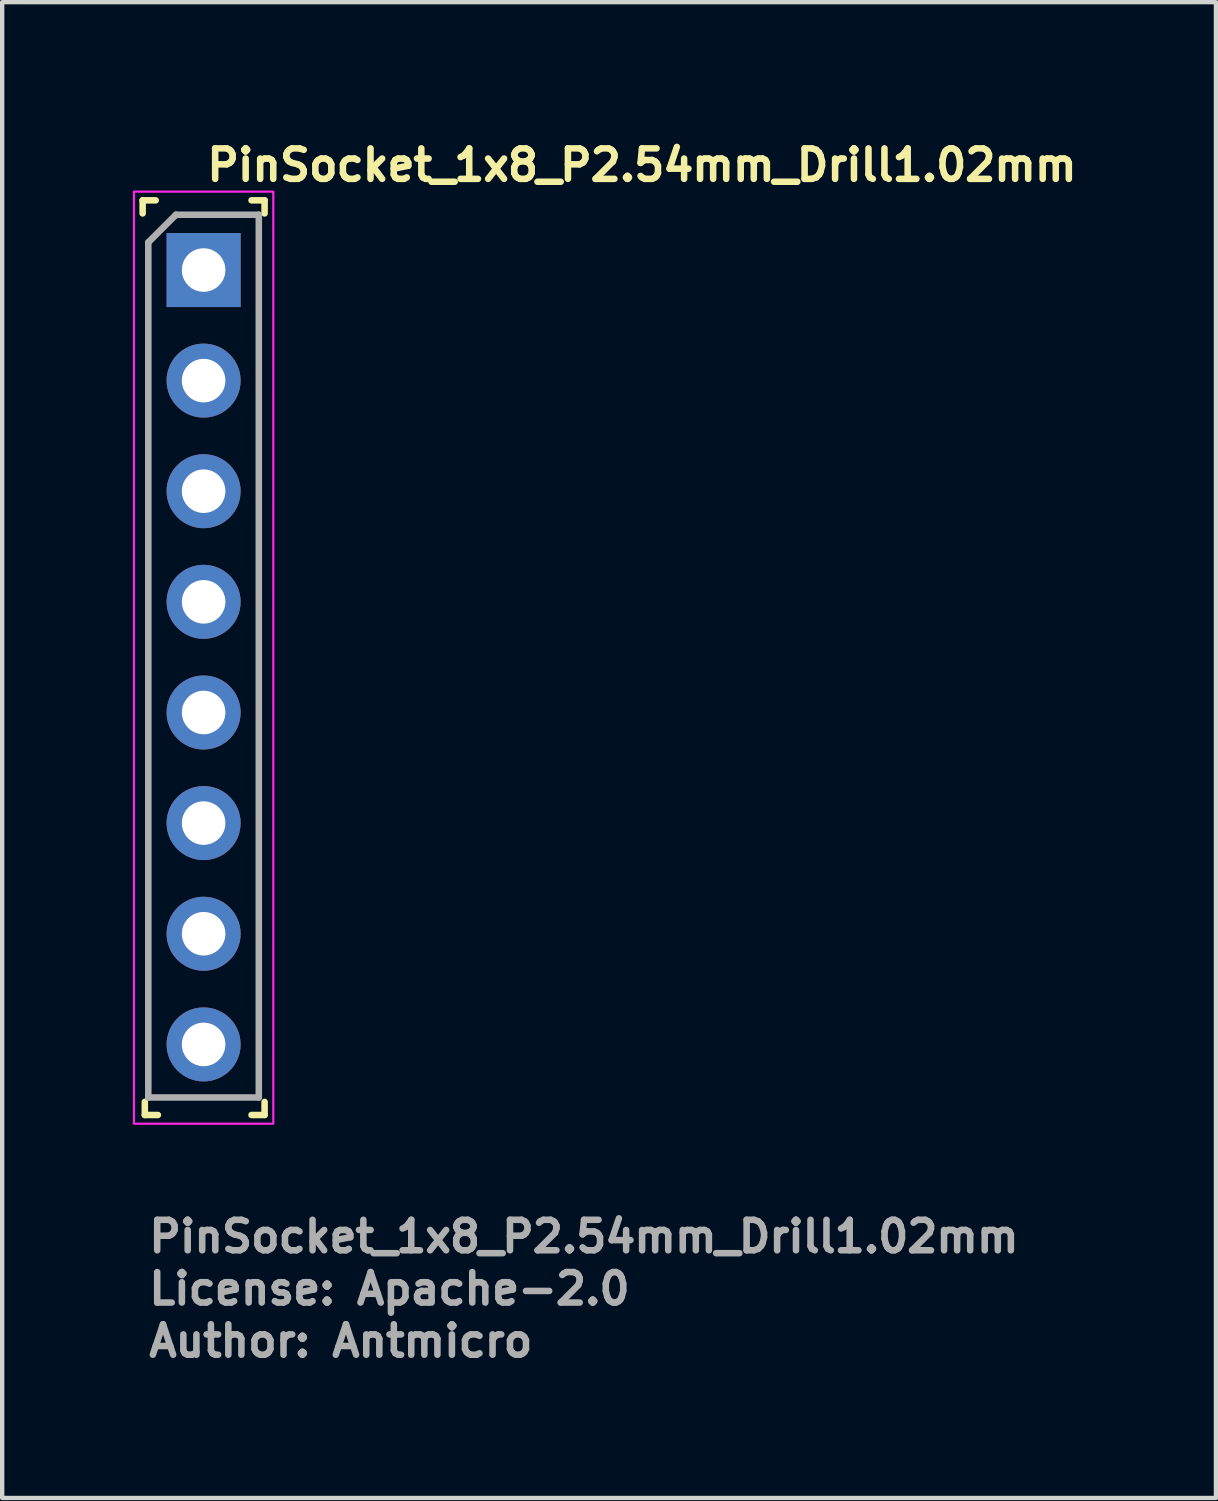
<source format=kicad_pcb>
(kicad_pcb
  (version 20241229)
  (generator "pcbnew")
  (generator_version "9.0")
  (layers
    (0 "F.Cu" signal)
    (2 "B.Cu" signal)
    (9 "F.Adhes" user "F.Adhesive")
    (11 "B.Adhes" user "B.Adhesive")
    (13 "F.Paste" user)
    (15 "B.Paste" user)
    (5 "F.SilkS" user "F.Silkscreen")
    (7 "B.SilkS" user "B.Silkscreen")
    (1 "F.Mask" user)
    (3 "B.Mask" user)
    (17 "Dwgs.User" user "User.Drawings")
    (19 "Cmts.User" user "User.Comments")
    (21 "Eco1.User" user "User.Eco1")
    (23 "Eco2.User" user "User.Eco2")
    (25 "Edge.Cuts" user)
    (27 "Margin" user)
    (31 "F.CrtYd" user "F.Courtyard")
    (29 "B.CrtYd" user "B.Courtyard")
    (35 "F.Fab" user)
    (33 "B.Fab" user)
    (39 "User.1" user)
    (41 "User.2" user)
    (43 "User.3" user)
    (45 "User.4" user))
  (footprint "PinSocket_1x8_P2.54mm_Drill1.02mm"
    (layer "F.Cu")
    (at 1.625 3.15)
    (property "Reference" "PinSocket_1x8_P2.54mm_Drill1.02mm" (at 0 -2 0) (layer "F.SilkS") (effects (font (size 0.7 0.7) (thickness 0.15)) (justify left bottom)))
    (attr through_hole)
    (fp_line (start -1.4 -1.6) (end -1.4 -1.3) (stroke (width 0.15) (type solid)) (layer "F.SilkS"))
    (fp_line (start -1.4 -1.6) (end -1.1 -1.6) (stroke (width 0.15) (type solid)) (layer "F.SilkS"))
    (fp_line (start -1.35 19.4) (end -1.35 19.1) (stroke (width 0.15) (type solid)) (layer "F.SilkS"))
    (fp_line (start -1.35 19.4) (end -1.05 19.4) (stroke (width 0.15) (type solid)) (layer "F.SilkS"))
    (fp_line (start 1.4 -1.6) (end 1.1 -1.6) (stroke (width 0.15) (type solid)) (layer "F.SilkS"))
    (fp_line (start 1.4 -1.6) (end 1.4 -1.3) (stroke (width 0.15) (type solid)) (layer "F.SilkS"))
    (fp_line (start 1.4 19.4) (end 1.1 19.4) (stroke (width 0.15) (type solid)) (layer "F.SilkS"))
    (fp_line (start 1.4 19.4) (end 1.4 19.1) (stroke (width 0.15) (type solid)) (layer "F.SilkS"))
    (fp_rect (start -1.6 -1.8) (end 1.6 19.6) (stroke (width 0.05) (type solid)) (fill no) (layer "F.CrtYd"))
    (fp_line (start -1.27 -0.635) (end -0.635 -1.27) (stroke (width 0.15) (type solid)) (layer "F.Fab"))
    (fp_line (start -1.27 18.998) (end -1.27 -0.635) (stroke (width 0.15) (type solid)) (layer "F.Fab"))
    (fp_line (start -0.635 -1.27) (end 1.267 -1.27) (stroke (width 0.15) (type solid)) (layer "F.Fab"))
    (fp_line (start 1.267 -1.27) (end 1.267 18.998) (stroke (width 0.15) (type solid)) (layer "F.Fab"))
    (fp_line (start 1.267 18.998) (end -1.27 18.998) (stroke (width 0.15) (type solid)) (layer "F.Fab"))
    (fp_rect (start -1.27 -1.524) (end 1.269 19.304) (stroke (width 0.1) (type solid)) (fill no) (layer "User.5"))
    (fp_line (start -1.27 -1.524) (end -1.27 19.304) (stroke (width 0.02) (type solid)) (layer "User.9"))
    (fp_line (start -1.27 19.304) (end 1.269 19.304) (stroke (width 0.02) (type solid)) (layer "User.9"))
    (fp_line (start -0.762 -0.762) (end 0.76 -0.762) (stroke (width 0.02) (type solid)) (layer "User.9"))
    (fp_line (start -0.762 0.76) (end -0.762 -0.762) (stroke (width 0.02) (type solid)) (layer "User.9"))
    (fp_line (start -0.762 0.76) (end -0.381 0.379) (stroke (width 0.02) (type solid)) (layer "User.9"))
    (fp_line (start -0.762 1.777) (end 0.76 1.777) (stroke (width 0.02) (type solid)) (layer "User.9"))
    (fp_line (start -0.762 3.301) (end -0.762 1.777) (stroke (width 0.02) (type solid)) (layer "User.9"))
    (fp_line (start -0.762 3.301) (end -0.381 2.919) (stroke (width 0.02) (type solid)) (layer "User.9"))
    (fp_line (start -0.762 4.317) (end 0.76 4.317) (stroke (width 0.02) (type solid)) (layer "User.9"))
    (fp_line (start -0.762 5.841) (end -0.762 4.317) (stroke (width 0.02) (type solid)) (layer "User.9"))
    (fp_line (start -0.762 5.841) (end -0.381 5.461) (stroke (width 0.02) (type solid)) (layer "User.9"))
    (fp_line (start -0.762 6.857) (end 0.76 6.857) (stroke (width 0.02) (type solid)) (layer "User.9"))
    (fp_line (start -0.762 8.381) (end -0.762 6.857) (stroke (width 0.02) (type solid)) (layer "User.9"))
    (fp_line (start -0.762 8.381) (end -0.381 7.999) (stroke (width 0.02) (type solid)) (layer "User.9"))
    (fp_line (start -0.762 9.397) (end 0.76 9.397) (stroke (width 0.02) (type solid)) (layer "User.9"))
    (fp_line (start -0.762 10.922) (end -0.762 9.397) (stroke (width 0.02) (type solid)) (layer "User.9"))
    (fp_line (start -0.762 10.922) (end -0.381 10.541) (stroke (width 0.02) (type solid)) (layer "User.9"))
    (fp_line (start -0.762 11.938) (end 0.76 11.938) (stroke (width 0.02) (type solid)) (layer "User.9"))
    (fp_line (start -0.762 13.461) (end -0.762 11.938) (stroke (width 0.02) (type solid)) (layer "User.9"))
    (fp_line (start -0.762 13.461) (end -0.381 13.079) (stroke (width 0.02) (type solid)) (layer "User.9"))
    (fp_line (start -0.762 14.477) (end 0.76 14.477) (stroke (width 0.02) (type solid)) (layer "User.9"))
    (fp_line (start -0.762 16.001) (end -0.762 14.477) (stroke (width 0.02) (type solid)) (layer "User.9"))
    (fp_line (start -0.762 16.001) (end -0.381 15.621) (stroke (width 0.02) (type solid)) (layer "User.9"))
    (fp_line (start -0.762 17.018) (end -0.381 17.399) (stroke (width 0.02) (type solid)) (layer "User.9"))
    (fp_line (start -0.762 17.018) (end 0.76 17.018) (stroke (width 0.02) (type solid)) (layer "User.9"))
    (fp_line (start -0.762 18.542) (end -0.762 17.018) (stroke (width 0.02) (type solid)) (layer "User.9"))
    (fp_line (start -0.762 18.542) (end -0.381 18.159) (stroke (width 0.02) (type solid)) (layer "User.9"))
    (fp_line (start -0.381 -0.381) (end -0.762 -0.762) (stroke (width 0.02) (type solid)) (layer "User.9"))
    (fp_line (start -0.381 -0.381) (end -0.381 0.379) (stroke (width 0.02) (type solid)) (layer "User.9"))
    (fp_line (start -0.381 0.379) (end 0.379 0.379) (stroke (width 0.02) (type solid)) (layer "User.9"))
    (fp_line (start -0.381 2.157) (end -0.762 1.777) (stroke (width 0.02) (type solid)) (layer "User.9"))
    (fp_line (start -0.381 2.157) (end -0.381 2.919) (stroke (width 0.02) (type solid)) (layer "User.9"))
    (fp_line (start -0.381 2.919) (end 0.379 2.919) (stroke (width 0.02) (type solid)) (layer "User.9"))
    (fp_line (start -0.381 4.698) (end -0.762 4.317) (stroke (width 0.02) (type solid)) (layer "User.9"))
    (fp_line (start -0.381 4.698) (end -0.381 5.461) (stroke (width 0.02) (type solid)) (layer "User.9"))
    (fp_line (start -0.381 5.461) (end 0.379 5.461) (stroke (width 0.02) (type solid)) (layer "User.9"))
    (fp_line (start -0.381 7.238) (end -0.762 6.857) (stroke (width 0.02) (type solid)) (layer "User.9"))
    (fp_line (start -0.381 7.238) (end -0.381 7.999) (stroke (width 0.02) (type solid)) (layer "User.9"))
    (fp_line (start -0.381 7.999) (end 0.379 7.999) (stroke (width 0.02) (type solid)) (layer "User.9"))
    (fp_line (start -0.381 9.778) (end -0.762 9.397) (stroke (width 0.02) (type solid)) (layer "User.9"))
    (fp_line (start -0.381 9.778) (end -0.381 10.541) (stroke (width 0.02) (type solid)) (layer "User.9"))
    (fp_line (start -0.381 10.541) (end 0.379 10.541) (stroke (width 0.02) (type solid)) (layer "User.9"))
    (fp_line (start -0.381 12.319) (end -0.762 11.938) (stroke (width 0.02) (type solid)) (layer "User.9"))
    (fp_line (start -0.381 12.319) (end -0.381 13.079) (stroke (width 0.02) (type solid)) (layer "User.9"))
    (fp_line (start -0.381 13.079) (end 0.379 13.079) (stroke (width 0.02) (type solid)) (layer "User.9"))
    (fp_line (start -0.381 14.858) (end -0.762 14.477) (stroke (width 0.02) (type solid)) (layer "User.9"))
    (fp_line (start -0.381 14.858) (end -0.381 15.621) (stroke (width 0.02) (type solid)) (layer "User.9"))
    (fp_line (start -0.381 15.621) (end 0.379 15.621) (stroke (width 0.02) (type solid)) (layer "User.9"))
    (fp_line (start -0.381 17.399) (end -0.381 18.159) (stroke (width 0.02) (type solid)) (layer "User.9"))
    (fp_line (start -0.381 18.159) (end 0.379 18.159) (stroke (width 0.02) (type solid)) (layer "User.9"))
    (fp_line (start -0.205 -0.381) (end -0.205 -0.103) (stroke (width 0.02) (type solid)) (layer "User.9"))
    (fp_line (start -0.205 -0.103) (end -0.205 0.101) (stroke (width 0.02) (type solid)) (layer "User.9"))
    (fp_line (start -0.205 0.101) (end -0.205 0.379) (stroke (width 0.02) (type solid)) (layer "User.9"))
    (fp_line (start -0.205 2.157) (end -0.205 2.438) (stroke (width 0.02) (type solid)) (layer "User.9"))
    (fp_line (start -0.205 2.438) (end -0.205 2.64) (stroke (width 0.02) (type solid)) (layer "User.9"))
    (fp_line (start -0.205 2.64) (end -0.205 2.919) (stroke (width 0.02) (type solid)) (layer "User.9"))
    (fp_line (start -0.205 4.698) (end -0.205 4.977) (stroke (width 0.02) (type solid)) (layer "User.9"))
    (fp_line (start -0.205 4.977) (end -0.205 5.18) (stroke (width 0.02) (type solid)) (layer "User.9"))
    (fp_line (start -0.205 5.18) (end -0.205 5.461) (stroke (width 0.02) (type solid)) (layer "User.9"))
    (fp_line (start -0.205 7.238) (end -0.205 7.517) (stroke (width 0.02) (type solid)) (layer "User.9"))
    (fp_line (start -0.205 7.517) (end -0.205 7.72) (stroke (width 0.02) (type solid)) (layer "User.9"))
    (fp_line (start -0.205 7.72) (end -0.205 7.999) (stroke (width 0.02) (type solid)) (layer "User.9"))
    (fp_line (start -0.205 9.778) (end -0.205 10.057) (stroke (width 0.02) (type solid)) (layer "User.9"))
    (fp_line (start -0.205 10.057) (end -0.205 10.261) (stroke (width 0.02) (type solid)) (layer "User.9"))
    (fp_line (start -0.205 10.261) (end -0.205 10.541) (stroke (width 0.02) (type solid)) (layer "User.9"))
    (fp_line (start -0.205 12.319) (end -0.205 12.598) (stroke (width 0.02) (type solid)) (layer "User.9"))
    (fp_line (start -0.205 12.598) (end -0.205 12.8) (stroke (width 0.02) (type solid)) (layer "User.9"))
    (fp_line (start -0.205 12.8) (end -0.205 13.079) (stroke (width 0.02) (type solid)) (layer "User.9"))
    (fp_line (start -0.205 14.858) (end -0.205 15.137) (stroke (width 0.02) (type solid)) (layer "User.9"))
    (fp_line (start -0.205 15.137) (end -0.205 15.341) (stroke (width 0.02) (type solid)) (layer "User.9"))
    (fp_line (start -0.205 15.341) (end -0.205 15.621) (stroke (width 0.02) (type solid)) (layer "User.9"))
    (fp_line (start -0.205 17.399) (end -0.205 17.678) (stroke (width 0.02) (type solid)) (layer "User.9"))
    (fp_line (start -0.205 17.678) (end -0.205 17.88) (stroke (width 0.02) (type solid)) (layer "User.9"))
    (fp_line (start -0.205 17.88) (end -0.205 18.159) (stroke (width 0.02) (type solid)) (layer "User.9"))
    (fp_line (start 0.203 -0.381) (end 0.203 -0.103) (stroke (width 0.02) (type solid)) (layer "User.9"))
    (fp_line (start 0.203 -0.103) (end -0.205 -0.103) (stroke (width 0.02) (type solid)) (layer "User.9"))
    (fp_line (start 0.203 -0.103) (end 0.203 0.101) (stroke (width 0.02) (type solid)) (layer "User.9"))
    (fp_line (start 0.203 0.101) (end -0.205 0.101) (stroke (width 0.02) (type solid)) (layer "User.9"))
    (fp_line (start 0.203 0.101) (end 0.203 0.379) (stroke (width 0.02) (type solid)) (layer "User.9"))
    (fp_line (start 0.203 2.157) (end 0.203 2.438) (stroke (width 0.02) (type solid)) (layer "User.9"))
    (fp_line (start 0.203 2.438) (end -0.205 2.438) (stroke (width 0.02) (type solid)) (layer "User.9"))
    (fp_line (start 0.203 2.438) (end 0.203 2.64) (stroke (width 0.02) (type solid)) (layer "User.9"))
    (fp_line (start 0.203 2.64) (end -0.205 2.64) (stroke (width 0.02) (type solid)) (layer "User.9"))
    (fp_line (start 0.203 2.64) (end 0.203 2.919) (stroke (width 0.02) (type solid)) (layer "User.9"))
    (fp_line (start 0.203 4.698) (end 0.203 4.977) (stroke (width 0.02) (type solid)) (layer "User.9"))
    (fp_line (start 0.203 4.977) (end -0.205 4.977) (stroke (width 0.02) (type solid)) (layer "User.9"))
    (fp_line (start 0.203 4.977) (end 0.203 5.18) (stroke (width 0.02) (type solid)) (layer "User.9"))
    (fp_line (start 0.203 5.18) (end -0.205 5.18) (stroke (width 0.02) (type solid)) (layer "User.9"))
    (fp_line (start 0.203 5.18) (end 0.203 5.461) (stroke (width 0.02) (type solid)) (layer "User.9"))
    (fp_line (start 0.203 7.238) (end 0.203 7.517) (stroke (width 0.02) (type solid)) (layer "User.9"))
    (fp_line (start 0.203 7.517) (end -0.205 7.517) (stroke (width 0.02) (type solid)) (layer "User.9"))
    (fp_line (start 0.203 7.517) (end 0.203 7.72) (stroke (width 0.02) (type solid)) (layer "User.9"))
    (fp_line (start 0.203 7.72) (end -0.205 7.72) (stroke (width 0.02) (type solid)) (layer "User.9"))
    (fp_line (start 0.203 7.72) (end 0.203 7.999) (stroke (width 0.02) (type solid)) (layer "User.9"))
    (fp_line (start 0.203 9.778) (end 0.203 10.057) (stroke (width 0.02) (type solid)) (layer "User.9"))
    (fp_line (start 0.203 10.057) (end -0.205 10.057) (stroke (width 0.02) (type solid)) (layer "User.9"))
    (fp_line (start 0.203 10.057) (end 0.203 10.261) (stroke (width 0.02) (type solid)) (layer "User.9"))
    (fp_line (start 0.203 10.261) (end -0.205 10.261) (stroke (width 0.02) (type solid)) (layer "User.9"))
    (fp_line (start 0.203 10.261) (end 0.203 10.541) (stroke (width 0.02) (type solid)) (layer "User.9"))
    (fp_line (start 0.203 12.319) (end 0.203 12.598) (stroke (width 0.02) (type solid)) (layer "User.9"))
    (fp_line (start 0.203 12.598) (end -0.205 12.598) (stroke (width 0.02) (type solid)) (layer "User.9"))
    (fp_line (start 0.203 12.598) (end 0.203 12.8) (stroke (width 0.02) (type solid)) (layer "User.9"))
    (fp_line (start 0.203 12.8) (end -0.205 12.8) (stroke (width 0.02) (type solid)) (layer "User.9"))
    (fp_line (start 0.203 12.8) (end 0.203 13.079) (stroke (width 0.02) (type solid)) (layer "User.9"))
    (fp_line (start 0.203 14.858) (end 0.203 15.137) (stroke (width 0.02) (type solid)) (layer "User.9"))
    (fp_line (start 0.203 15.137) (end -0.205 15.137) (stroke (width 0.02) (type solid)) (layer "User.9"))
    (fp_line (start 0.203 15.137) (end 0.203 15.341) (stroke (width 0.02) (type solid)) (layer "User.9"))
    (fp_line (start 0.203 15.341) (end -0.205 15.341) (stroke (width 0.02) (type solid)) (layer "User.9"))
    (fp_line (start 0.203 15.341) (end 0.203 15.621) (stroke (width 0.02) (type solid)) (layer "User.9"))
    (fp_line (start 0.203 17.399) (end 0.203 17.678) (stroke (width 0.02) (type solid)) (layer "User.9"))
    (fp_line (start 0.203 17.678) (end -0.205 17.678) (stroke (width 0.02) (type solid)) (layer "User.9"))
    (fp_line (start 0.203 17.678) (end 0.203 17.88) (stroke (width 0.02) (type solid)) (layer "User.9"))
    (fp_line (start 0.203 17.88) (end -0.205 17.88) (stroke (width 0.02) (type solid)) (layer "User.9"))
    (fp_line (start 0.203 17.88) (end 0.203 18.159) (stroke (width 0.02) (type solid)) (layer "User.9"))
    (fp_line (start 0.379 -0.381) (end -0.381 -0.381) (stroke (width 0.02) (type solid)) (layer "User.9"))
    (fp_line (start 0.379 -0.381) (end 0.76 -0.762) (stroke (width 0.02) (type solid)) (layer "User.9"))
    (fp_line (start 0.379 0.379) (end 0.379 -0.381) (stroke (width 0.02) (type solid)) (layer "User.9"))
    (fp_line (start 0.379 2.157) (end -0.381 2.157) (stroke (width 0.02) (type solid)) (layer "User.9"))
    (fp_line (start 0.379 2.157) (end 0.76 1.777) (stroke (width 0.02) (type solid)) (layer "User.9"))
    (fp_line (start 0.379 2.919) (end 0.379 2.157) (stroke (width 0.02) (type solid)) (layer "User.9"))
    (fp_line (start 0.379 4.698) (end -0.381 4.698) (stroke (width 0.02) (type solid)) (layer "User.9"))
    (fp_line (start 0.379 4.698) (end 0.76 4.317) (stroke (width 0.02) (type solid)) (layer "User.9"))
    (fp_line (start 0.379 5.461) (end 0.379 4.698) (stroke (width 0.02) (type solid)) (layer "User.9"))
    (fp_line (start 0.379 7.238) (end -0.381 7.238) (stroke (width 0.02) (type solid)) (layer "User.9"))
    (fp_line (start 0.379 7.238) (end 0.76 6.857) (stroke (width 0.02) (type solid)) (layer "User.9"))
    (fp_line (start 0.379 7.999) (end 0.379 7.238) (stroke (width 0.02) (type solid)) (layer "User.9"))
    (fp_line (start 0.379 9.778) (end -0.381 9.778) (stroke (width 0.02) (type solid)) (layer "User.9"))
    (fp_line (start 0.379 9.778) (end 0.76 9.397) (stroke (width 0.02) (type solid)) (layer "User.9"))
    (fp_line (start 0.379 10.541) (end 0.379 9.778) (stroke (width 0.02) (type solid)) (layer "User.9"))
    (fp_line (start 0.379 12.319) (end -0.381 12.319) (stroke (width 0.02) (type solid)) (layer "User.9"))
    (fp_line (start 0.379 12.319) (end 0.76 11.938) (stroke (width 0.02) (type solid)) (layer "User.9"))
    (fp_line (start 0.379 13.079) (end 0.379 12.319) (stroke (width 0.02) (type solid)) (layer "User.9"))
    (fp_line (start 0.379 14.858) (end -0.381 14.858) (stroke (width 0.02) (type solid)) (layer "User.9"))
    (fp_line (start 0.379 14.858) (end 0.76 14.477) (stroke (width 0.02) (type solid)) (layer "User.9"))
    (fp_line (start 0.379 15.621) (end 0.379 14.858) (stroke (width 0.02) (type solid)) (layer "User.9"))
    (fp_line (start 0.379 17.399) (end -0.381 17.399) (stroke (width 0.02) (type solid)) (layer "User.9"))
    (fp_line (start 0.379 17.399) (end 0.76 17.018) (stroke (width 0.02) (type solid)) (layer "User.9"))
    (fp_line (start 0.379 18.159) (end 0.379 17.399) (stroke (width 0.02) (type solid)) (layer "User.9"))
    (fp_line (start 0.379 18.159) (end 0.76 18.542) (stroke (width 0.02) (type solid)) (layer "User.9"))
    (fp_line (start 0.76 -0.762) (end 0.76 0.76) (stroke (width 0.02) (type solid)) (layer "User.9"))
    (fp_line (start 0.76 0.76) (end -0.762 0.76) (stroke (width 0.02) (type solid)) (layer "User.9"))
    (fp_line (start 0.76 0.76) (end 0.379 0.379) (stroke (width 0.02) (type solid)) (layer "User.9"))
    (fp_line (start 0.76 1.777) (end 0.76 3.301) (stroke (width 0.02) (type solid)) (layer "User.9"))
    (fp_line (start 0.76 3.301) (end -0.762 3.301) (stroke (width 0.02) (type solid)) (layer "User.9"))
    (fp_line (start 0.76 3.301) (end 0.379 2.919) (stroke (width 0.02) (type solid)) (layer "User.9"))
    (fp_line (start 0.76 4.317) (end 0.76 5.841) (stroke (width 0.02) (type solid)) (layer "User.9"))
    (fp_line (start 0.76 5.841) (end -0.762 5.841) (stroke (width 0.02) (type solid)) (layer "User.9"))
    (fp_line (start 0.76 5.841) (end 0.379 5.461) (stroke (width 0.02) (type solid)) (layer "User.9"))
    (fp_line (start 0.76 6.857) (end 0.76 8.381) (stroke (width 0.02) (type solid)) (layer "User.9"))
    (fp_line (start 0.76 8.381) (end -0.762 8.381) (stroke (width 0.02) (type solid)) (layer "User.9"))
    (fp_line (start 0.76 8.381) (end 0.379 7.999) (stroke (width 0.02) (type solid)) (layer "User.9"))
    (fp_line (start 0.76 9.397) (end 0.76 10.922) (stroke (width 0.02) (type solid)) (layer "User.9"))
    (fp_line (start 0.76 10.922) (end -0.762 10.922) (stroke (width 0.02) (type solid)) (layer "User.9"))
    (fp_line (start 0.76 10.922) (end 0.379 10.541) (stroke (width 0.02) (type solid)) (layer "User.9"))
    (fp_line (start 0.76 11.938) (end 0.76 13.461) (stroke (width 0.02) (type solid)) (layer "User.9"))
    (fp_line (start 0.76 13.461) (end -0.762 13.461) (stroke (width 0.02) (type solid)) (layer "User.9"))
    (fp_line (start 0.76 13.461) (end 0.379 13.079) (stroke (width 0.02) (type solid)) (layer "User.9"))
    (fp_line (start 0.76 14.477) (end 0.76 16.001) (stroke (width 0.02) (type solid)) (layer "User.9"))
    (fp_line (start 0.76 16.001) (end -0.762 16.001) (stroke (width 0.02) (type solid)) (layer "User.9"))
    (fp_line (start 0.76 16.001) (end 0.379 15.621) (stroke (width 0.02) (type solid)) (layer "User.9"))
    (fp_line (start 0.76 17.018) (end 0.76 18.542) (stroke (width 0.02) (type solid)) (layer "User.9"))
    (fp_line (start 0.76 18.542) (end -0.762 18.542) (stroke (width 0.02) (type solid)) (layer "User.9"))
    (fp_line (start 1.269 -1.524) (end -1.27 -1.524) (stroke (width 0.02) (type solid)) (layer "User.9"))
    (fp_line (start 1.269 19.304) (end 1.269 -1.524) (stroke (width 0.02) (type solid)) (layer "User.9"))
    (fp_text user "Author: Antmicro" (at -1.331 24.998 0) (layer "F.Fab") (effects (font (size 0.7 0.7) (thickness 0.15)) (justify left bottom)))
    (fp_text user "License: Apache-2.0" (at -1.331 23.8 0) (layer "F.Fab") (effects (font (size 0.7 0.7) (thickness 0.15)) (justify left bottom)))
    (fp_text user "${REFERENCE}" (at -1.331 22.6 0) (layer "F.Fab") (effects (font (size 0.7 0.7) (thickness 0.15)) (justify left bottom)))
    (pad "1" thru_hole rect (at 0 0) (size 1.7 1.7) (drill 1) (layers "*.Cu" "*.Mask"))
    (pad "2" thru_hole oval (at 0 2.539) (size 1.7 1.7) (drill 1) (layers "*.Cu" "*.Mask"))
    (pad "3" thru_hole oval (at 0 5.078) (size 1.7 1.7) (drill 1) (layers "*.Cu" "*.Mask"))
    (pad "4" thru_hole oval (at 0 7.618) (size 1.7 1.7) (drill 1) (layers "*.Cu" "*.Mask"))
    (pad "5" thru_hole oval (at 0 10.159) (size 1.7 1.7) (drill 1) (layers "*.Cu" "*.Mask"))
    (pad "6" thru_hole oval (at 0 12.698) (size 1.7 1.7) (drill 1) (layers "*.Cu" "*.Mask"))
    (pad "7" thru_hole oval (at 0 15.239) (size 1.7 1.7) (drill 1) (layers "*.Cu" "*.Mask"))
    (pad "8" thru_hole oval (at 0 17.78) (size 1.7 1.7) (drill 1) (layers "*.Cu" "*.Mask")))
  (gr_rect
    (start -3 -3)
    (end 24.868 31.343)
    (stroke (width 0.1) (type default))
    (fill no)
    (layer "Edge.Cuts")))
</source>
